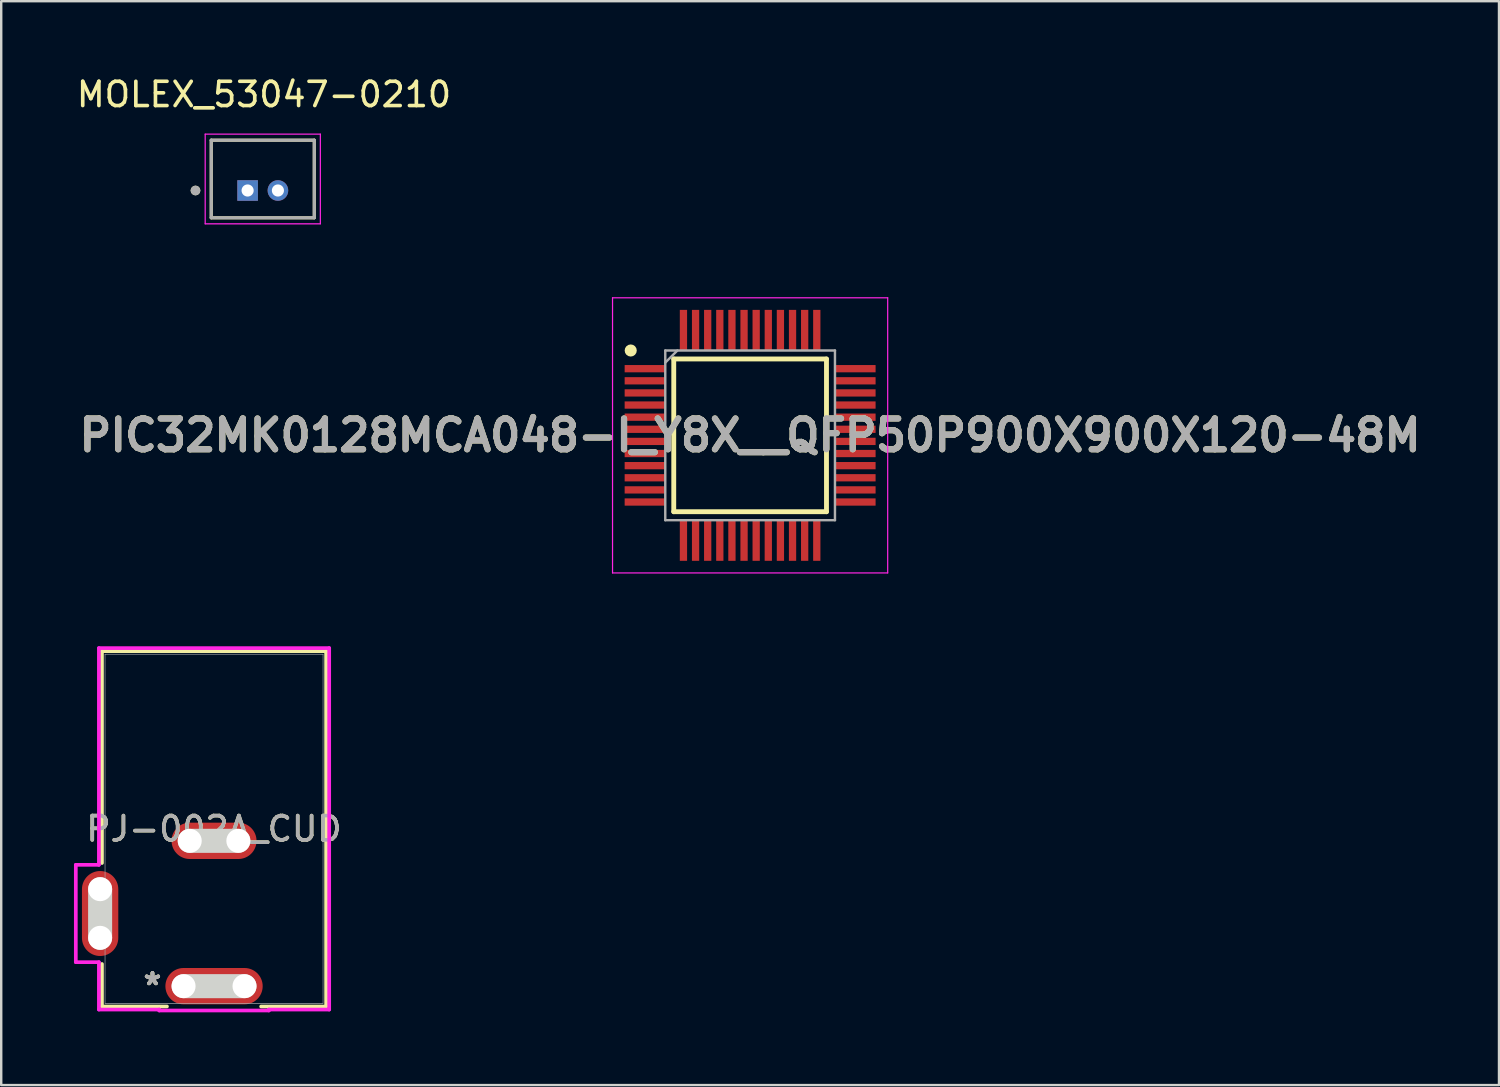
<source format=kicad_pcb>
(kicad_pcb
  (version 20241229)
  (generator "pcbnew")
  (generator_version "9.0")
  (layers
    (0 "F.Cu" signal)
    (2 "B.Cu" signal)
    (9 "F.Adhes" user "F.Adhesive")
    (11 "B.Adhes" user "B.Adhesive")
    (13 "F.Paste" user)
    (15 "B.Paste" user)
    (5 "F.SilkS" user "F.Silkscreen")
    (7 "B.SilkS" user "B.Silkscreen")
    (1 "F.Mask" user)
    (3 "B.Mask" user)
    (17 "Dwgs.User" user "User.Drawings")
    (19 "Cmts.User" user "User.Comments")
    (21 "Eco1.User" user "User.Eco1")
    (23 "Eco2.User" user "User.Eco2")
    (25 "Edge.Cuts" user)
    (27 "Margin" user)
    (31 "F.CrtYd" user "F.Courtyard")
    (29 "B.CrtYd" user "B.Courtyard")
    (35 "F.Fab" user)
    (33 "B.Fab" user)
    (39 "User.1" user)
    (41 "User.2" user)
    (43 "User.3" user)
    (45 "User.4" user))
  (footprint "MOLEX_53047-0210"
    (layer "F.Cu")
    (at 7.789 4.808)
    (property "Reference" "MOLEX_53047-0210" (at 0.05 -3.96 0) (layer "F.SilkS") (effects (font (size 1 1) (thickness 0.15))))
    (attr through_hole)
    (fp_line (start -2.125 1.125) (end -2.125 -2.075) (stroke (width 0.127) (type solid)) (layer "F.SilkS"))
    (fp_line (start 2.125 -2.075) (end -2.125 -2.075) (stroke (width 0.127) (type solid)) (layer "F.SilkS"))
    (fp_line (start 2.125 -2.075) (end 2.125 1.125) (stroke (width 0.127) (type solid)) (layer "F.SilkS"))
    (fp_line (start 2.125 1.125) (end -2.125 1.125) (stroke (width 0.127) (type solid)) (layer "F.SilkS"))
    (fp_circle (center -2.775 0) (end -2.675 0) (stroke (width 0.2) (type solid)) (fill no) (layer "F.SilkS"))
    (fp_line (start -2.375 -2.325) (end 2.375 -2.325) (stroke (width 0.05) (type solid)) (layer "F.CrtYd"))
    (fp_line (start -2.375 1.375) (end -2.375 -2.325) (stroke (width 0.05) (type solid)) (layer "F.CrtYd"))
    (fp_line (start 2.375 -2.325) (end 2.375 1.375) (stroke (width 0.05) (type solid)) (layer "F.CrtYd"))
    (fp_line (start 2.375 1.375) (end -2.375 1.375) (stroke (width 0.05) (type solid)) (layer "F.CrtYd"))
    (fp_line (start -2.125 -2.075) (end 2.125 -2.075) (stroke (width 0.127) (type solid)) (layer "F.Fab"))
    (fp_line (start -2.125 1.125) (end -2.125 -2.075) (stroke (width 0.127) (type solid)) (layer "F.Fab"))
    (fp_line (start 2.125 -2.075) (end 2.125 1.125) (stroke (width 0.127) (type solid)) (layer "F.Fab"))
    (fp_line (start 2.125 1.125) (end -2.125 1.125) (stroke (width 0.127) (type solid)) (layer "F.Fab"))
    (fp_circle (center -2.775 0) (end -2.675 0) (stroke (width 0.2) (type solid)) (fill no) (layer "F.Fab"))
    (pad "1" thru_hole rect (at -0.625 0) (size 0.85 0.85) (drill 0.5) (layers "*.Cu" "*.Mask"))
    (pad "2" thru_hole circle (at 0.625 0) (size 0.85 0.85) (drill 0.5) (layers "*.Cu" "*.Mask")))
  (footprint "PJ-002A_CUD"
    (layer "F.Cu")
    (at 5.779 31.139)
    (property "Reference" "PJ-002A_CUD" (at 0 0 0) (unlocked yes) (layer "F.SilkS") (effects (font (size 1 1) (thickness 0.15))))
    (attr smd)
    (fp_line (start -4.623 -7.328) (end -4.623 1.41) (stroke (width 0.152) (type solid)) (layer "F.SilkS"))
    (fp_line (start -4.623 5.575) (end -4.623 7.328) (stroke (width 0.152) (type solid)) (layer "F.SilkS"))
    (fp_line (start -4.623 7.328) (end -1.942 7.328) (stroke (width 0.152) (type solid)) (layer "F.SilkS"))
    (fp_line (start 1.942 7.328) (end 4.623 7.328) (stroke (width 0.152) (type solid)) (layer "F.SilkS"))
    (fp_line (start 4.623 -7.328) (end -4.623 -7.328) (stroke (width 0.152) (type solid)) (layer "F.SilkS"))
    (fp_line (start 4.623 7.328) (end 4.623 -7.328) (stroke (width 0.152) (type solid)) (layer "F.SilkS"))
    (fp_line (start -4.699 4.496) (end -4.699 2.489) (stroke (width 0.991) (type solid)) (layer "Edge.Cuts"))
    (fp_line (start -1.257 6.49) (end 1.257 6.49) (stroke (width 0.991) (type solid)) (layer "Edge.Cuts"))
    (fp_line (start -1.003 0.495) (end 1.003 0.495) (stroke (width 0.991) (type solid)) (layer "Edge.Cuts"))
    (fp_line (start -5.702 1.486) (end -5.702 5.499) (stroke (width 0.152) (type solid)) (layer "F.CrtYd"))
    (fp_line (start -5.702 5.499) (end -4.75 5.499) (stroke (width 0.152) (type solid)) (layer "F.CrtYd"))
    (fp_line (start -4.75 -7.455) (end -4.75 1.486) (stroke (width 0.152) (type solid)) (layer "F.CrtYd"))
    (fp_line (start -4.75 1.486) (end -5.702 1.486) (stroke (width 0.152) (type solid)) (layer "F.CrtYd"))
    (fp_line (start -4.75 5.499) (end -4.75 7.455) (stroke (width 0.152) (type solid)) (layer "F.CrtYd"))
    (fp_line (start -4.75 7.455) (end -2.261 7.455) (stroke (width 0.152) (type solid)) (layer "F.CrtYd"))
    (fp_line (start -2.261 7.455) (end -2.261 7.493) (stroke (width 0.152) (type solid)) (layer "F.CrtYd"))
    (fp_line (start -2.261 7.493) (end 2.261 7.493) (stroke (width 0.152) (type solid)) (layer "F.CrtYd"))
    (fp_line (start 2.261 7.455) (end 4.75 7.455) (stroke (width 0.152) (type solid)) (layer "F.CrtYd"))
    (fp_line (start 2.261 7.493) (end 2.261 7.455) (stroke (width 0.152) (type solid)) (layer "F.CrtYd"))
    (fp_line (start 4.75 -7.455) (end -4.75 -7.455) (stroke (width 0.152) (type solid)) (layer "F.CrtYd"))
    (fp_line (start 4.75 7.455) (end 4.75 -7.455) (stroke (width 0.152) (type solid)) (layer "F.CrtYd"))
    (fp_line (start -4.902 2.248) (end -4.902 4.737) (stroke (width 0.025) (type solid)) (layer "F.Fab"))
    (fp_line (start -4.902 4.737) (end -4.496 4.737) (stroke (width 0.025) (type solid)) (layer "F.Fab"))
    (fp_line (start -4.496 -7.201) (end -4.496 7.201) (stroke (width 0.025) (type solid)) (layer "F.Fab"))
    (fp_line (start -4.496 2.248) (end -4.902 2.248) (stroke (width 0.025) (type solid)) (layer "F.Fab"))
    (fp_line (start -4.496 7.201) (end 4.496 7.201) (stroke (width 0.025) (type solid)) (layer "F.Fab"))
    (fp_line (start 4.496 -7.201) (end -4.496 -7.201) (stroke (width 0.025) (type solid)) (layer "F.Fab"))
    (fp_line (start 4.496 7.201) (end 4.496 -7.201) (stroke (width 0.025) (type solid)) (layer "F.Fab"))
    (fp_text user "*" (at -2.54 6.49 0) (layer "F.SilkS") (effects (font (size 1 1) (thickness 0.15))))
    (fp_text user "*" (at -2.54 6.49 0) (unlocked yes) (layer "F.SilkS") (effects (font (size 1 1) (thickness 0.15))))
    (fp_text user "*" (at -2.54 6.49 0) (unlocked yes) (layer "F.Fab") (effects (font (size 1 1) (thickness 0.15))))
    (fp_text user "*" (at -2.54 6.49 0) (layer "F.Fab") (effects (font (size 1 1) (thickness 0.15))))
    (fp_text user "${REFERENCE}" (at 0 0 0) (unlocked yes) (layer "F.Fab") (effects (font (size 1 1) (thickness 0.15))))
    (pad "" np_thru_hole circle (at -4.699 2.489) (size 0.991 0.991) (drill 0.991) (layers "*.Cu" "*.Mask"))
    (pad "" np_thru_hole circle (at -4.699 4.496) (size 0.991 0.991) (drill 0.991) (layers "*.Cu" "*.Mask"))
    (pad "" np_thru_hole circle (at -1.257 6.49) (size 0.991 0.991) (drill 0.991) (layers "*.Cu" "*.Mask"))
    (pad "" np_thru_hole circle (at -1.003 0.495) (size 0.991 0.991) (drill 0.991) (layers "*.Cu" "*.Mask"))
    (pad "" np_thru_hole circle (at 1.003 0.495) (size 0.991 0.991) (drill 0.991) (layers "*.Cu" "*.Mask"))
    (pad "" np_thru_hole circle (at 1.257 6.49) (size 0.991 0.991) (drill 0.991) (layers "*.Cu" "*.Mask"))
    (pad "1" smd oval (at 0 6.49) (size 4.013 1.499) (layers "F.Cu" "F.Mask" "F.Paste"))
    (pad "2" smd oval (at 0 0.495) (size 3.505 1.499) (layers "F.Cu" "F.Mask" "F.Paste"))
    (pad "3" smd oval (at -4.699 3.493) (size 1.499 3.505) (layers "F.Cu" "F.Mask" "F.Paste")))
  (footprint "PIC32MK0128MCA048-I_Y8X__QFP50P900X900X120-48M"
    (layer "F.Cu")
    (at 27.892 14.908)
    (property "Reference" "PIC32MK0128MCA048-I_Y8X__QFP50P900X900X120-48M" (at 0 0 0) (layer "F.SilkS") (effects (font (size 1.27 1.27) (thickness 0.254))))
    (attr smd)
    (fp_line (start -3.15 -3.15) (end 3.15 -3.15) (stroke (width 0.2) (type solid)) (layer "F.SilkS"))
    (fp_line (start -3.15 3.15) (end -3.15 -3.15) (stroke (width 0.2) (type solid)) (layer "F.SilkS"))
    (fp_line (start 3.15 -3.15) (end 3.15 3.15) (stroke (width 0.2) (type solid)) (layer "F.SilkS"))
    (fp_line (start 3.15 3.15) (end -3.15 3.15) (stroke (width 0.2) (type solid)) (layer "F.SilkS"))
    (fp_circle (center -4.925 -3.5) (end -4.925 -3.375) (stroke (width 0.25) (type solid)) (fill no) (layer "F.SilkS"))
    (fp_line (start -5.675 -5.675) (end 5.675 -5.675) (stroke (width 0.05) (type solid)) (layer "F.CrtYd"))
    (fp_line (start -5.675 5.675) (end -5.675 -5.675) (stroke (width 0.05) (type solid)) (layer "F.CrtYd"))
    (fp_line (start 5.675 -5.675) (end 5.675 5.675) (stroke (width 0.05) (type solid)) (layer "F.CrtYd"))
    (fp_line (start 5.675 5.675) (end -5.675 5.675) (stroke (width 0.05) (type solid)) (layer "F.CrtYd"))
    (fp_line (start -3.5 -3.5) (end 3.5 -3.5) (stroke (width 0.1) (type solid)) (layer "F.Fab"))
    (fp_line (start -3.5 -3) (end -3 -3.5) (stroke (width 0.1) (type solid)) (layer "F.Fab"))
    (fp_line (start -3.5 3.5) (end -3.5 -3.5) (stroke (width 0.1) (type solid)) (layer "F.Fab"))
    (fp_line (start 3.5 -3.5) (end 3.5 3.5) (stroke (width 0.1) (type solid)) (layer "F.Fab"))
    (fp_line (start 3.5 3.5) (end -3.5 3.5) (stroke (width 0.1) (type solid)) (layer "F.Fab"))
    (fp_text user "${REFERENCE}" (at 0 0 0) (layer "F.Fab") (effects (font (size 1.27 1.27) (thickness 0.254))))
    (pad "1" smd rect (at -4.338 -2.75 90) (size 0.3 1.675) (layers "F.Cu" "F.Mask" "F.Paste"))
    (pad "2" smd rect (at -4.338 -2.25 90) (size 0.3 1.675) (layers "F.Cu" "F.Mask" "F.Paste"))
    (pad "3" smd rect (at -4.338 -1.75 90) (size 0.3 1.675) (layers "F.Cu" "F.Mask" "F.Paste"))
    (pad "4" smd rect (at -4.338 -1.25 90) (size 0.3 1.675) (layers "F.Cu" "F.Mask" "F.Paste"))
    (pad "5" smd rect (at -4.338 -0.75 90) (size 0.3 1.675) (layers "F.Cu" "F.Mask" "F.Paste"))
    (pad "6" smd rect (at -4.338 -0.25 90) (size 0.3 1.675) (layers "F.Cu" "F.Mask" "F.Paste"))
    (pad "7" smd rect (at -4.338 0.25 90) (size 0.3 1.675) (layers "F.Cu" "F.Mask" "F.Paste"))
    (pad "8" smd rect (at -4.338 0.75 90) (size 0.3 1.675) (layers "F.Cu" "F.Mask" "F.Paste"))
    (pad "9" smd rect (at -4.338 1.25 90) (size 0.3 1.675) (layers "F.Cu" "F.Mask" "F.Paste"))
    (pad "10" smd rect (at -4.338 1.75 90) (size 0.3 1.675) (layers "F.Cu" "F.Mask" "F.Paste"))
    (pad "11" smd rect (at -4.338 2.25 90) (size 0.3 1.675) (layers "F.Cu" "F.Mask" "F.Paste"))
    (pad "12" smd rect (at -4.338 2.75 90) (size 0.3 1.675) (layers "F.Cu" "F.Mask" "F.Paste"))
    (pad "13" smd rect (at -2.75 4.338) (size 0.3 1.675) (layers "F.Cu" "F.Mask" "F.Paste"))
    (pad "14" smd rect (at -2.25 4.338) (size 0.3 1.675) (layers "F.Cu" "F.Mask" "F.Paste"))
    (pad "15" smd rect (at -1.75 4.338) (size 0.3 1.675) (layers "F.Cu" "F.Mask" "F.Paste"))
    (pad "16" smd rect (at -1.25 4.338) (size 0.3 1.675) (layers "F.Cu" "F.Mask" "F.Paste"))
    (pad "17" smd rect (at -0.75 4.338) (size 0.3 1.675) (layers "F.Cu" "F.Mask" "F.Paste"))
    (pad "18" smd rect (at -0.25 4.338) (size 0.3 1.675) (layers "F.Cu" "F.Mask" "F.Paste"))
    (pad "19" smd rect (at 0.25 4.338) (size 0.3 1.675) (layers "F.Cu" "F.Mask" "F.Paste"))
    (pad "20" smd rect (at 0.75 4.338) (size 0.3 1.675) (layers "F.Cu" "F.Mask" "F.Paste"))
    (pad "21" smd rect (at 1.25 4.338) (size 0.3 1.675) (layers "F.Cu" "F.Mask" "F.Paste"))
    (pad "22" smd rect (at 1.75 4.338) (size 0.3 1.675) (layers "F.Cu" "F.Mask" "F.Paste"))
    (pad "23" smd rect (at 2.25 4.338) (size 0.3 1.675) (layers "F.Cu" "F.Mask" "F.Paste"))
    (pad "24" smd rect (at 2.75 4.338) (size 0.3 1.675) (layers "F.Cu" "F.Mask" "F.Paste"))
    (pad "25" smd rect (at 4.338 2.75 90) (size 0.3 1.675) (layers "F.Cu" "F.Mask" "F.Paste"))
    (pad "26" smd rect (at 4.338 2.25 90) (size 0.3 1.675) (layers "F.Cu" "F.Mask" "F.Paste"))
    (pad "27" smd rect (at 4.338 1.75 90) (size 0.3 1.675) (layers "F.Cu" "F.Mask" "F.Paste"))
    (pad "28" smd rect (at 4.338 1.25 90) (size 0.3 1.675) (layers "F.Cu" "F.Mask" "F.Paste"))
    (pad "29" smd rect (at 4.338 0.75 90) (size 0.3 1.675) (layers "F.Cu" "F.Mask" "F.Paste"))
    (pad "30" smd rect (at 4.338 0.25 90) (size 0.3 1.675) (layers "F.Cu" "F.Mask" "F.Paste"))
    (pad "31" smd rect (at 4.338 -0.25 90) (size 0.3 1.675) (layers "F.Cu" "F.Mask" "F.Paste"))
    (pad "32" smd rect (at 4.338 -0.75 90) (size 0.3 1.675) (layers "F.Cu" "F.Mask" "F.Paste"))
    (pad "33" smd rect (at 4.338 -1.25 90) (size 0.3 1.675) (layers "F.Cu" "F.Mask" "F.Paste"))
    (pad "34" smd rect (at 4.338 -1.75 90) (size 0.3 1.675) (layers "F.Cu" "F.Mask" "F.Paste"))
    (pad "35" smd rect (at 4.338 -2.25 90) (size 0.3 1.675) (layers "F.Cu" "F.Mask" "F.Paste"))
    (pad "36" smd rect (at 4.338 -2.75 90) (size 0.3 1.675) (layers "F.Cu" "F.Mask" "F.Paste"))
    (pad "37" smd rect (at 2.75 -4.338) (size 0.3 1.675) (layers "F.Cu" "F.Mask" "F.Paste"))
    (pad "38" smd rect (at 2.25 -4.338) (size 0.3 1.675) (layers "F.Cu" "F.Mask" "F.Paste"))
    (pad "39" smd rect (at 1.75 -4.338) (size 0.3 1.675) (layers "F.Cu" "F.Mask" "F.Paste"))
    (pad "40" smd rect (at 1.25 -4.338) (size 0.3 1.675) (layers "F.Cu" "F.Mask" "F.Paste"))
    (pad "41" smd rect (at 0.75 -4.338) (size 0.3 1.675) (layers "F.Cu" "F.Mask" "F.Paste"))
    (pad "42" smd rect (at 0.25 -4.338) (size 0.3 1.675) (layers "F.Cu" "F.Mask" "F.Paste"))
    (pad "43" smd rect (at -0.25 -4.338) (size 0.3 1.675) (layers "F.Cu" "F.Mask" "F.Paste"))
    (pad "44" smd rect (at -0.75 -4.338) (size 0.3 1.675) (layers "F.Cu" "F.Mask" "F.Paste"))
    (pad "45" smd rect (at -1.25 -4.338) (size 0.3 1.675) (layers "F.Cu" "F.Mask" "F.Paste"))
    (pad "46" smd rect (at -1.75 -4.338) (size 0.3 1.675) (layers "F.Cu" "F.Mask" "F.Paste"))
    (pad "47" smd rect (at -2.25 -4.338) (size 0.3 1.675) (layers "F.Cu" "F.Mask" "F.Paste"))
    (pad "48" smd rect (at -2.75 -4.338) (size 0.3 1.675) (layers "F.Cu" "F.Mask" "F.Paste")))
  (gr_rect
    (start -3 -3)
    (end 58.783 41.709)
    (stroke (width 0.1) (type default))
    (fill no)
    (layer "Edge.Cuts")))
</source>
